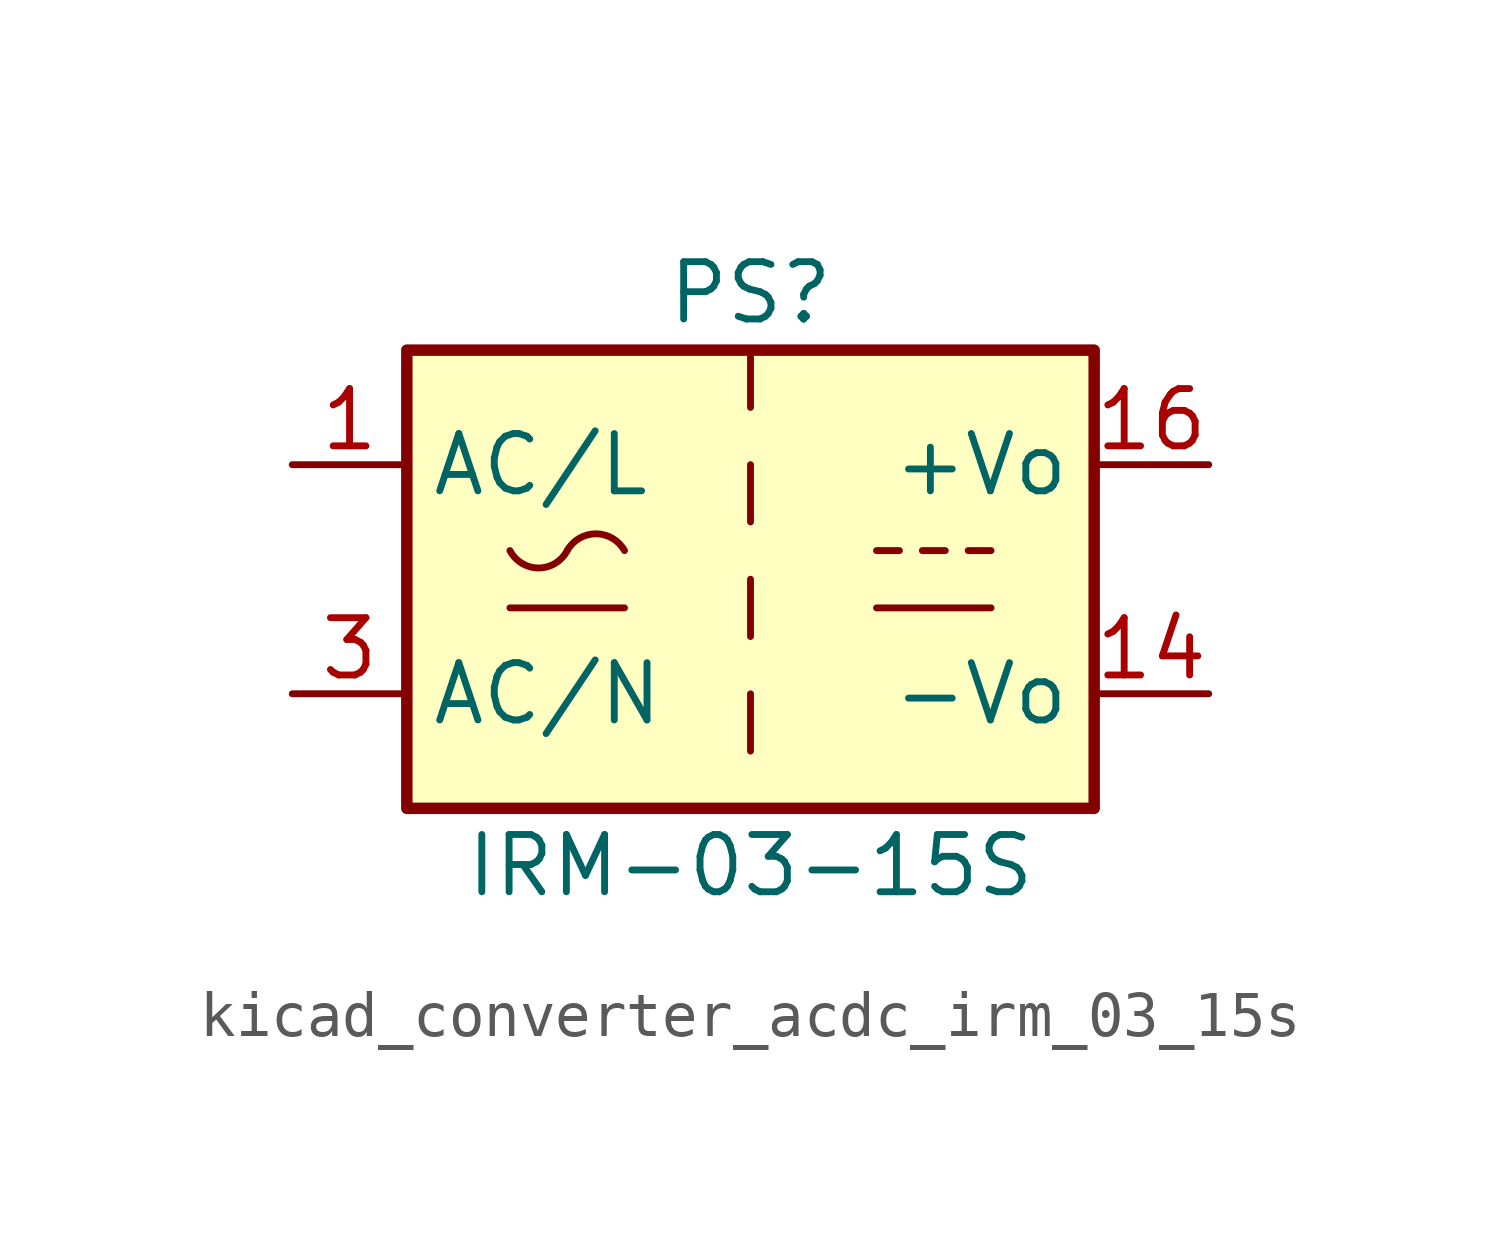
<source format=kicad_sym>
(kicad_symbol_lib
  (version 20220914)
  (generator kicad_symbol_editor)
  (symbol "kicad_converter_acdc_irm_03_15s"
    (property "Reference" "PS"
      (at 0 6.35 0)
      (effects (font (size 1.27 1.27))))
    (property "Value" "IRM-03-15S"
      (at 0 -6.35 0)
      (effects (font (size 1.27 1.27))))
    (symbol "kicad_converter_acdc_irm_03_15s_0_1"
      (rectangle (start -7.62 5.08) (end 7.62 -5.08) (stroke (width 0.254) (type default)) (fill (type background)))
      (arc (start -5.334 0.635) (mid -4.699 0.2495) (end -4.064 0.635) (stroke (width 0) (type default)) (fill (type none)))
      (arc (start -2.794 0.635) (mid -3.429 1.0072) (end -4.064 0.635) (stroke (width 0) (type default)) (fill (type none)))
      (polyline (pts (xy -5.334 -0.635) (xy -2.794 -0.635)) (stroke (width 0) (type default)) (fill (type none)))
      (polyline (pts (xy 0 -2.54) (xy 0 -3.81)) (stroke (width 0) (type default)) (fill (type none)))
      (polyline (pts (xy 0 0) (xy 0 -1.27)) (stroke (width 0) (type default)) (fill (type none)))
      (polyline (pts (xy 0 2.54) (xy 0 1.27)) (stroke (width 0) (type default)) (fill (type none)))
      (polyline (pts (xy 0 5.08) (xy 0 3.81)) (stroke (width 0) (type default)) (fill (type none)))
      (polyline (pts (xy 2.794 -0.635) (xy 5.334 -0.635)) (stroke (width 0) (type default)) (fill (type none)))
      (polyline (pts (xy 2.794 0.635) (xy 3.302 0.635)) (stroke (width 0) (type default)) (fill (type none)))
      (polyline (pts (xy 3.81 0.635) (xy 4.318 0.635)) (stroke (width 0) (type default)) (fill (type none)))
      (polyline (pts (xy 4.826 0.635) (xy 5.334 0.635)) (stroke (width 0) (type default)) (fill (type none))))
    (symbol "kicad_converter_acdc_irm_03_15s_1_1"
      (pin power_in line (at -10.16 2.54 0) (length 2.54) (name "AC/L" (effects (font (size 1.27 1.27)))) (number "1" (effects (font (size 1.27 1.27)))))
      (pin power_out line (at 10.16 -2.54 180) (length 2.54) (name "-Vo" (effects (font (size 1.27 1.27)))) (number "14" (effects (font (size 1.27 1.27)))))
      (pin power_out line (at 10.16 2.54 180) (length 2.54) (name "+Vo" (effects (font (size 1.27 1.27)))) (number "16" (effects (font (size 1.27 1.27)))))
      (pin power_in line (at -10.16 -2.54 0) (length 2.54) (name "AC/N" (effects (font (size 1.27 1.27)))) (number "3" (effects (font (size 1.27 1.27))))))))
</source>
